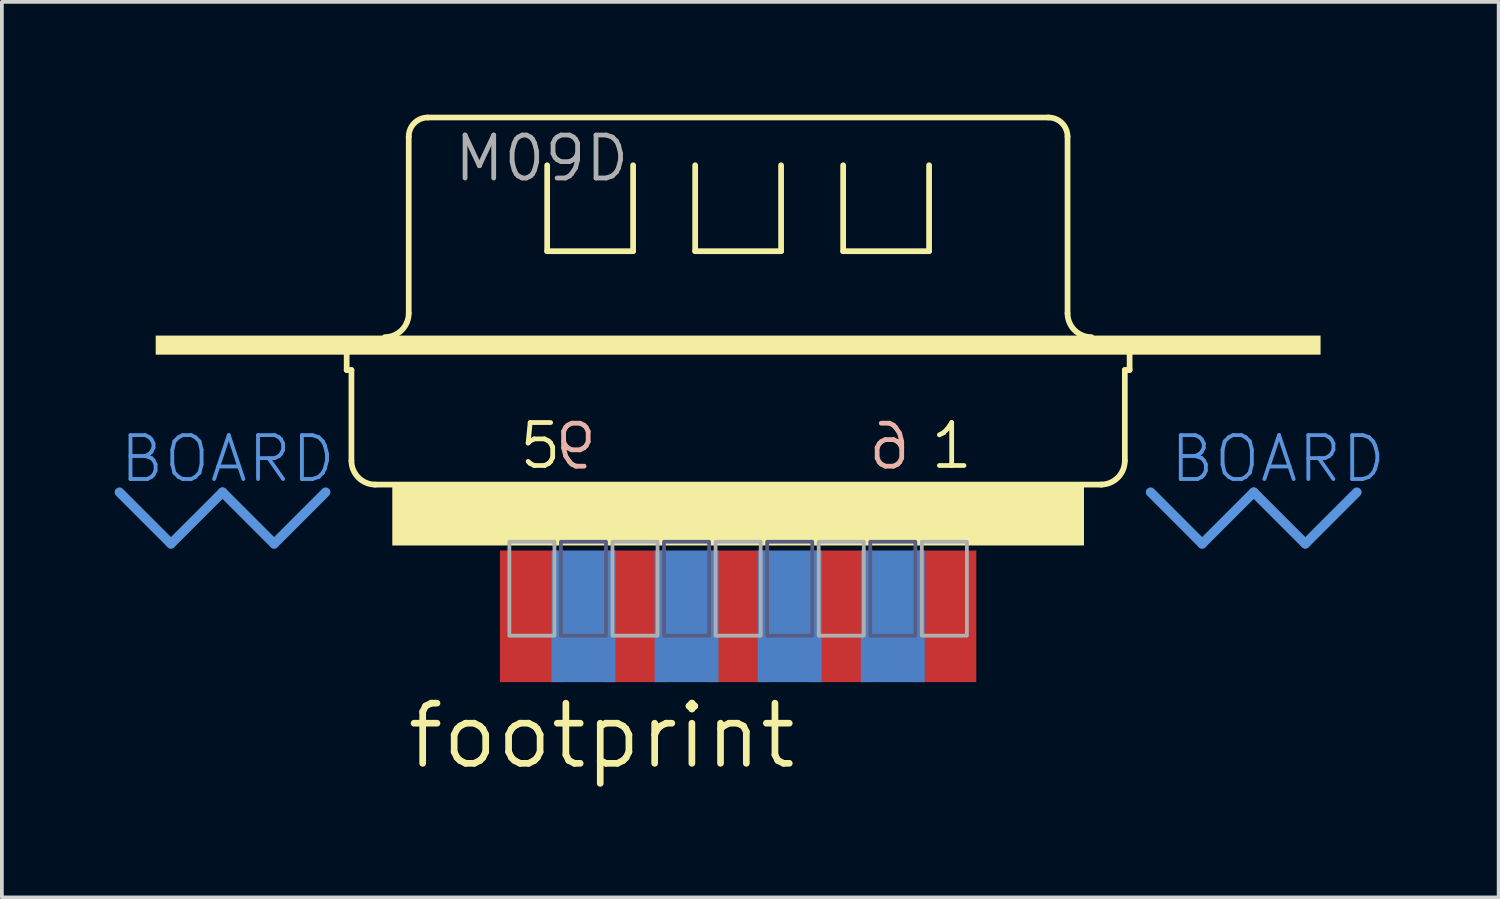
<source format=kicad_pcb>
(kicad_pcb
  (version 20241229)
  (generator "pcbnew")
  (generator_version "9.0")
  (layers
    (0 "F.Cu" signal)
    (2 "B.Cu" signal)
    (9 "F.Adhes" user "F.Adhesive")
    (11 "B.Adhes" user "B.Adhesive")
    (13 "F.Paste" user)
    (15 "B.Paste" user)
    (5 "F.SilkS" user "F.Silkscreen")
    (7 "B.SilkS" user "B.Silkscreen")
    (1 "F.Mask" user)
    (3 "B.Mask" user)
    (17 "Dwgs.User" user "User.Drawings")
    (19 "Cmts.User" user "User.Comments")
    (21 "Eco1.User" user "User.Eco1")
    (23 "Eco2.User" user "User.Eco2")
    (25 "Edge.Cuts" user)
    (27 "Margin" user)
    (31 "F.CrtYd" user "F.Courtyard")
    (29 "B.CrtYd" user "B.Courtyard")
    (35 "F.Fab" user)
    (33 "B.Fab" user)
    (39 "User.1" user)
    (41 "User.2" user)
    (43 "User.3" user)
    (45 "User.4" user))
  (footprint "footprint"
    (layer "F.Cu")
    (at 16.586 7.301)
    (property "Reference" "footprint" (at -8.89 10.16 0) (layer "F.SilkS") (effects (font (size 1.6 1.6) (thickness 0.178)) (justify left bottom)))
    (fp_line (start -10.414 -0.508) (end -10.414 -1.016) (stroke (width 0.152) (type solid)) (layer "F.SilkS"))
    (fp_line (start -10.414 -0.508) (end -10.287 -0.508) (stroke (width 0.152) (type solid)) (layer "F.SilkS"))
    (fp_line (start -10.287 1.905) (end -10.287 -0.508) (stroke (width 0.152) (type solid)) (layer "F.SilkS"))
    (fp_line (start -9.671 2.54) (end 9.671 2.54) (stroke (width 0.152) (type solid)) (layer "F.SilkS"))
    (fp_line (start -8.763 -2.018) (end -8.763 -6.717) (stroke (width 0.152) (type solid)) (layer "F.SilkS"))
    (fp_line (start -8.255 -7.225) (end 8.255 -7.225) (stroke (width 0.152) (type solid)) (layer "F.SilkS"))
    (fp_line (start -5.08 -3.669) (end -5.08 -5.955) (stroke (width 0.152) (type solid)) (layer "F.SilkS"))
    (fp_line (start -2.794 -5.955) (end -2.794 -3.669) (stroke (width 0.152) (type solid)) (layer "F.SilkS"))
    (fp_line (start -2.794 -3.669) (end -5.08 -3.669) (stroke (width 0.152) (type solid)) (layer "F.SilkS"))
    (fp_line (start -1.143 -3.669) (end -1.143 -5.955) (stroke (width 0.152) (type solid)) (layer "F.SilkS"))
    (fp_line (start 1.143 -5.955) (end 1.143 -3.669) (stroke (width 0.152) (type solid)) (layer "F.SilkS"))
    (fp_line (start 1.143 -3.669) (end -1.143 -3.669) (stroke (width 0.152) (type solid)) (layer "F.SilkS"))
    (fp_line (start 2.794 -3.669) (end 2.794 -5.955) (stroke (width 0.152) (type solid)) (layer "F.SilkS"))
    (fp_line (start 5.08 -5.955) (end 5.08 -3.669) (stroke (width 0.152) (type solid)) (layer "F.SilkS"))
    (fp_line (start 5.08 -3.669) (end 2.794 -3.669) (stroke (width 0.152) (type solid)) (layer "F.SilkS"))
    (fp_line (start 8.763 -2.018) (end 8.763 -6.717) (stroke (width 0.152) (type solid)) (layer "F.SilkS"))
    (fp_line (start 10.287 -0.508) (end 10.414 -0.508) (stroke (width 0.152) (type solid)) (layer "F.SilkS"))
    (fp_line (start 10.287 1.905) (end 10.287 -0.508) (stroke (width 0.152) (type solid)) (layer "F.SilkS"))
    (fp_line (start 10.414 -0.508) (end 10.414 -1.016) (stroke (width 0.152) (type solid)) (layer "F.SilkS"))
    (fp_arc (start -9.652 2.54) (mid -10.101013 2.354013) (end -10.287 1.905) (stroke (width 0.1524) (type solid)) (layer "F.SilkS"))
    (fp_arc (start -8.763 -6.717) (mid -8.61421 -7.07621) (end -8.255 -7.225) (stroke (width 0.1524) (type solid)) (layer "F.SilkS"))
    (fp_arc (start -8.763 -2.018) (mid -8.948987 -1.568987) (end -9.398 -1.383) (stroke (width 0.1524) (type solid)) (layer "F.SilkS"))
    (fp_arc (start 8.255 -7.225) (mid 8.61421 -7.07621) (end 8.763 -6.717) (stroke (width 0.1524) (type solid)) (layer "F.SilkS"))
    (fp_arc (start 9.398 -1.383) (mid 8.948987 -1.568987) (end 8.763 -2.018) (stroke (width 0.1524) (type solid)) (layer "F.SilkS"))
    (fp_arc (start 10.287 1.905) (mid 10.101013 2.354013) (end 9.652 2.54) (stroke (width 0.1524) (type solid)) (layer "F.SilkS"))
    (fp_poly (pts (xy -15.494 -0.916) (xy 15.494 -0.916) (xy 15.494 -1.424) (xy -15.494 -1.424)) (stroke (width 0) (type solid)) (fill yes) (layer "F.SilkS"))
    (fp_poly (pts (xy -9.2 4.16) (xy 9.2 4.16) (xy 9.2 2.56) (xy -9.2 2.56)) (stroke (width 0) (type solid)) (fill yes) (layer "F.SilkS"))
    (fp_line (start -16.459 2.743) (end -15.088 4.115) (stroke (width 0.254) (type solid)) (layer "Cmts.User"))
    (fp_line (start -15.088 4.115) (end -13.716 2.743) (stroke (width 0.254) (type solid)) (layer "Cmts.User"))
    (fp_line (start -13.716 2.743) (end -12.344 4.115) (stroke (width 0.254) (type solid)) (layer "Cmts.User"))
    (fp_line (start -12.344 4.115) (end -10.973 2.743) (stroke (width 0.254) (type solid)) (layer "Cmts.User"))
    (fp_line (start 10.973 2.743) (end 12.344 4.115) (stroke (width 0.254) (type solid)) (layer "Cmts.User"))
    (fp_line (start 12.344 4.115) (end 13.716 2.743) (stroke (width 0.254) (type solid)) (layer "Cmts.User"))
    (fp_line (start 13.716 2.743) (end 15.088 4.115) (stroke (width 0.254) (type solid)) (layer "Cmts.User"))
    (fp_line (start 15.088 4.115) (end 16.459 2.743) (stroke (width 0.254) (type solid)) (layer "Cmts.User"))
    (fp_poly (pts (xy -4.715 6.56) (xy -3.515 6.56) (xy -3.515 4.06) (xy -4.715 4.06)) (stroke (width 0.1) (type solid)) (fill no) (layer "B.Fab"))
    (fp_poly (pts (xy -1.972 6.56) (xy -0.772 6.56) (xy -0.772 4.06) (xy -1.972 4.06)) (stroke (width 0.1) (type solid)) (fill no) (layer "B.Fab"))
    (fp_poly (pts (xy 0.772 6.56) (xy 1.972 6.56) (xy 1.972 4.06) (xy 0.772 4.06)) (stroke (width 0.1) (type solid)) (fill no) (layer "B.Fab"))
    (fp_poly (pts (xy 3.515 6.56) (xy 4.715 6.56) (xy 4.715 4.06) (xy 3.515 4.06)) (stroke (width 0.1) (type solid)) (fill no) (layer "B.Fab"))
    (fp_poly (pts (xy -6.086 6.56) (xy -4.886 6.56) (xy -4.886 4.06) (xy -6.086 4.06)) (stroke (width 0.1) (type solid)) (fill no) (layer "F.Fab"))
    (fp_poly (pts (xy -3.343 6.56) (xy -2.143 6.56) (xy -2.143 4.06) (xy -3.343 4.06)) (stroke (width 0.1) (type solid)) (fill no) (layer "F.Fab"))
    (fp_poly (pts (xy -0.6 6.56) (xy 0.6 6.56) (xy 0.6 4.06) (xy -0.6 4.06)) (stroke (width 0.1) (type solid)) (fill no) (layer "F.Fab"))
    (fp_poly (pts (xy 2.143 6.56) (xy 3.343 6.56) (xy 3.343 4.06) (xy 2.143 4.06)) (stroke (width 0.1) (type solid)) (fill no) (layer "F.Fab"))
    (fp_poly (pts (xy 4.886 6.56) (xy 6.086 6.56) (xy 6.086 4.06) (xy 4.886 4.06)) (stroke (width 0.1) (type solid)) (fill no) (layer "F.Fab"))
    (fp_text user "1" (at 5.053 2.179 0) (layer "F.SilkS") (effects (font (size 1.143 1.143) (thickness 0.127)) (justify left bottom)))
    (fp_text user "5" (at -5.888 2.179 0) (layer "F.SilkS") (effects (font (size 1.143 1.143) (thickness 0.127)) (justify left bottom)))
    (fp_text user "9" (at -3.688 2.197 0) (layer "B.SilkS") (effects (font (size 1.143 1.143) (thickness 0.127)) (justify left bottom mirror)))
    (fp_text user "6" (at 4.653 2.197 0) (layer "B.SilkS") (effects (font (size 1.143 1.143) (thickness 0.127)) (justify left bottom mirror)))
    (fp_text user "BOARD" (at 11.43 2.54 0) (layer "Cmts.User") (effects (font (size 1.168 1.168) (thickness 0.102)) (justify left bottom)))
    (fp_text user "BOARD " (at -16.51 2.54 0) (layer "Cmts.User") (effects (font (size 1.168 1.168) (thickness 0.102)) (justify left bottom)))
    (fp_text user "M09D" (at -7.62 -5.469 0) (layer "F.Fab") (effects (font (size 1.143 1.143) (thickness 0.127)) (justify left bottom)))
    (pad "1" smd rect (at 5.486 6.045) (size 1.7 3.5) (layers "F.Cu" "F.Mask" "F.Paste"))
    (pad "2" smd rect (at 2.743 6.045) (size 1.7 3.5) (layers "F.Cu" "F.Mask" "F.Paste"))
    (pad "3" smd rect (at 0 6.045) (size 1.7 3.5) (layers "F.Cu" "F.Mask" "F.Paste"))
    (pad "4" smd rect (at -2.743 6.045) (size 1.7 3.5) (layers "F.Cu" "F.Mask" "F.Paste"))
    (pad "5" smd rect (at -5.486 6.045) (size 1.7 3.5) (layers "F.Cu" "F.Mask" "F.Paste"))
    (pad "6" smd rect (at 4.115 6.045) (size 1.7 3.5) (layers "B.Cu" "B.Mask" "B.Paste"))
    (pad "7" smd rect (at 1.372 6.045) (size 1.7 3.5) (layers "B.Cu" "B.Mask" "B.Paste"))
    (pad "8" smd rect (at -1.372 6.045) (size 1.7 3.5) (layers "B.Cu" "B.Mask" "B.Paste"))
    (pad "9" smd rect (at -4.115 6.045) (size 1.7 3.5) (layers "B.Cu" "B.Mask" "B.Paste")))
  (gr_rect
    (start -3 -3)
    (end 36.818 20.824)
    (stroke (width 0.1) (type default))
    (fill no)
    (layer "Edge.Cuts")))
</source>
